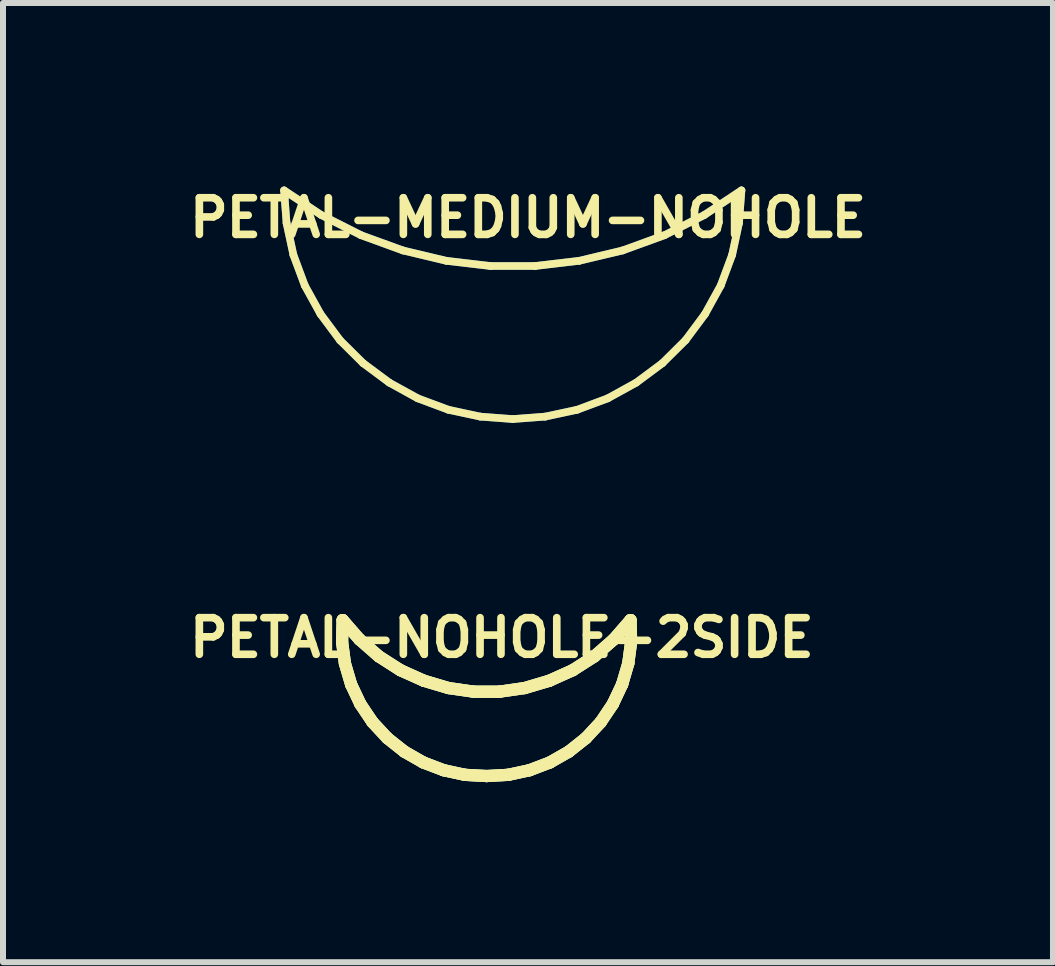
<source format=kicad_pcb>
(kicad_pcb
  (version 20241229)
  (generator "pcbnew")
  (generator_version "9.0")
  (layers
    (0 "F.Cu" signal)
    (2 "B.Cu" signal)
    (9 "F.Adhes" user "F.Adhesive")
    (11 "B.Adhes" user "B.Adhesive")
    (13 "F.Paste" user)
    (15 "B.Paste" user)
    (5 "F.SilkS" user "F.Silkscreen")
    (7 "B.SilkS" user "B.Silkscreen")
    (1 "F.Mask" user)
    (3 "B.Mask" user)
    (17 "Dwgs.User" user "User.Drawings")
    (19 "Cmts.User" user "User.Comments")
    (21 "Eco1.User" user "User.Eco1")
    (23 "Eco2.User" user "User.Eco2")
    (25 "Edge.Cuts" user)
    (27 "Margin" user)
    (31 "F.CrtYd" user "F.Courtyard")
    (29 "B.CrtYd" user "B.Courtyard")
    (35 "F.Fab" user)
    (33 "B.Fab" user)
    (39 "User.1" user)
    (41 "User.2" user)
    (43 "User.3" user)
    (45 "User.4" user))
  (footprint "PETAL-NOHOLE-2SIDE"
    (layer "F.Cu")
    (at 5.057 9.15)
    (property "Reference" "PETAL-NOHOLE-2SIDE" (at 0.254 -1.575 0) (layer "F.SilkS") (effects (font (size 0.61 0.61) (thickness 0.127))))
    (attr exclude_from_pos_files exclude_from_bom)
    (fp_line (start -2.408 -1.506) (end -2.36 -1.146) (stroke (width 0.203) (type solid)) (layer "B.Cu"))
    (fp_line (start -2.398 -1.869) (end -2.408 -1.506) (stroke (width 0.203) (type solid)) (layer "B.Cu"))
    (fp_line (start -2.36 -1.146) (end -2.258 -0.798) (stroke (width 0.203) (type solid)) (layer "B.Cu"))
    (fp_line (start -2.258 -0.798) (end -2.103 -0.47) (stroke (width 0.203) (type solid)) (layer "B.Cu"))
    (fp_line (start -2.118 -1.547) (end -2.398 -1.869) (stroke (width 0.203) (type solid)) (layer "B.Cu"))
    (fp_line (start -2.103 -0.47) (end -1.9 -0.168) (stroke (width 0.203) (type solid)) (layer "B.Cu"))
    (fp_line (start -1.9 -0.168) (end -1.654 0.097) (stroke (width 0.203) (type solid)) (layer "B.Cu"))
    (fp_line (start -1.796 -1.265) (end -2.118 -1.547) (stroke (width 0.203) (type solid)) (layer "B.Cu"))
    (fp_line (start -1.654 0.097) (end -1.369 0.323) (stroke (width 0.203) (type solid)) (layer "B.Cu"))
    (fp_line (start -1.435 -1.034) (end -1.796 -1.265) (stroke (width 0.203) (type solid)) (layer "B.Cu"))
    (fp_line (start -1.369 0.323) (end -1.054 0.503) (stroke (width 0.203) (type solid)) (layer "B.Cu"))
    (fp_line (start -1.054 0.503) (end -0.716 0.632) (stroke (width 0.203) (type solid)) (layer "B.Cu"))
    (fp_line (start -1.046 -0.859) (end -1.435 -1.034) (stroke (width 0.203) (type solid)) (layer "B.Cu"))
    (fp_line (start -0.716 0.632) (end -0.361 0.709) (stroke (width 0.203) (type solid)) (layer "B.Cu"))
    (fp_line (start -0.635 -0.737) (end -1.046 -0.859) (stroke (width 0.203) (type solid)) (layer "B.Cu"))
    (fp_line (start -0.361 0.709) (end 0 0.729) (stroke (width 0.203) (type solid)) (layer "B.Cu"))
    (fp_line (start -0.213 -0.676) (end -0.635 -0.737) (stroke (width 0.203) (type solid)) (layer "B.Cu"))
    (fp_line (start 0 0.729) (end 0.361 0.709) (stroke (width 0.203) (type solid)) (layer "B.Cu"))
    (fp_line (start 0.213 -0.676) (end -0.213 -0.676) (stroke (width 0.203) (type solid)) (layer "B.Cu"))
    (fp_line (start 0.361 0.709) (end 0.716 0.632) (stroke (width 0.203) (type solid)) (layer "B.Cu"))
    (fp_line (start 0.635 -0.737) (end 0.213 -0.676) (stroke (width 0.203) (type solid)) (layer "B.Cu"))
    (fp_line (start 0.716 0.632) (end 1.054 0.503) (stroke (width 0.203) (type solid)) (layer "B.Cu"))
    (fp_line (start 1.046 -0.859) (end 0.635 -0.737) (stroke (width 0.203) (type solid)) (layer "B.Cu"))
    (fp_line (start 1.054 0.503) (end 1.369 0.323) (stroke (width 0.203) (type solid)) (layer "B.Cu"))
    (fp_line (start 1.369 0.323) (end 1.654 0.097) (stroke (width 0.203) (type solid)) (layer "B.Cu"))
    (fp_line (start 1.435 -1.034) (end 1.046 -0.859) (stroke (width 0.203) (type solid)) (layer "B.Cu"))
    (fp_line (start 1.654 0.097) (end 1.9 -0.168) (stroke (width 0.203) (type solid)) (layer "B.Cu"))
    (fp_line (start 1.796 -1.265) (end 1.435 -1.034) (stroke (width 0.203) (type solid)) (layer "B.Cu"))
    (fp_line (start 1.9 -0.168) (end 2.103 -0.47) (stroke (width 0.203) (type solid)) (layer "B.Cu"))
    (fp_line (start 2.103 -0.47) (end 2.258 -0.798) (stroke (width 0.203) (type solid)) (layer "B.Cu"))
    (fp_line (start 2.118 -1.547) (end 1.796 -1.265) (stroke (width 0.203) (type solid)) (layer "B.Cu"))
    (fp_line (start 2.258 -0.798) (end 2.36 -1.146) (stroke (width 0.203) (type solid)) (layer "B.Cu"))
    (fp_line (start 2.36 -1.146) (end 2.408 -1.506) (stroke (width 0.203) (type solid)) (layer "B.Cu"))
    (fp_line (start 2.398 -1.869) (end 2.118 -1.547) (stroke (width 0.203) (type solid)) (layer "B.Cu"))
    (fp_line (start 2.408 -1.506) (end 2.398 -1.869) (stroke (width 0.203) (type solid)) (layer "B.Cu"))
    (fp_line (start -2.408 -1.506) (end -2.398 -1.869) (stroke (width 0.203) (type solid)) (layer "F.SilkS"))
    (fp_line (start -2.408 -1.506) (end -2.36 -1.146) (stroke (width 0.203) (type solid)) (layer "F.SilkS"))
    (fp_line (start -2.398 -1.869) (end -2.408 -1.506) (stroke (width 0.203) (type solid)) (layer "F.SilkS"))
    (fp_line (start -2.398 -1.869) (end -2.118 -1.547) (stroke (width 0.203) (type solid)) (layer "F.SilkS"))
    (fp_line (start -2.36 -1.146) (end -2.408 -1.506) (stroke (width 0.203) (type solid)) (layer "F.SilkS"))
    (fp_line (start -2.36 -1.146) (end -2.258 -0.798) (stroke (width 0.203) (type solid)) (layer "F.SilkS"))
    (fp_line (start -2.258 -0.798) (end -2.36 -1.146) (stroke (width 0.203) (type solid)) (layer "F.SilkS"))
    (fp_line (start -2.258 -0.798) (end -2.103 -0.47) (stroke (width 0.203) (type solid)) (layer "F.SilkS"))
    (fp_line (start -2.118 -1.547) (end -2.398 -1.869) (stroke (width 0.203) (type solid)) (layer "F.SilkS"))
    (fp_line (start -2.118 -1.547) (end -1.796 -1.265) (stroke (width 0.203) (type solid)) (layer "F.SilkS"))
    (fp_line (start -2.103 -0.47) (end -2.258 -0.798) (stroke (width 0.203) (type solid)) (layer "F.SilkS"))
    (fp_line (start -2.103 -0.47) (end -1.9 -0.168) (stroke (width 0.203) (type solid)) (layer "F.SilkS"))
    (fp_line (start -1.9 -0.168) (end -2.103 -0.47) (stroke (width 0.203) (type solid)) (layer "F.SilkS"))
    (fp_line (start -1.9 -0.168) (end -1.654 0.097) (stroke (width 0.203) (type solid)) (layer "F.SilkS"))
    (fp_line (start -1.796 -1.265) (end -2.118 -1.547) (stroke (width 0.203) (type solid)) (layer "F.SilkS"))
    (fp_line (start -1.796 -1.265) (end -1.435 -1.034) (stroke (width 0.203) (type solid)) (layer "F.SilkS"))
    (fp_line (start -1.654 0.097) (end -1.9 -0.168) (stroke (width 0.203) (type solid)) (layer "F.SilkS"))
    (fp_line (start -1.654 0.097) (end -1.369 0.323) (stroke (width 0.203) (type solid)) (layer "F.SilkS"))
    (fp_line (start -1.435 -1.034) (end -1.796 -1.265) (stroke (width 0.203) (type solid)) (layer "F.SilkS"))
    (fp_line (start -1.435 -1.034) (end -1.046 -0.859) (stroke (width 0.203) (type solid)) (layer "F.SilkS"))
    (fp_line (start -1.369 0.323) (end -1.654 0.097) (stroke (width 0.203) (type solid)) (layer "F.SilkS"))
    (fp_line (start -1.369 0.323) (end -1.054 0.503) (stroke (width 0.203) (type solid)) (layer "F.SilkS"))
    (fp_line (start -1.054 0.503) (end -1.369 0.323) (stroke (width 0.203) (type solid)) (layer "F.SilkS"))
    (fp_line (start -1.054 0.503) (end -0.716 0.632) (stroke (width 0.203) (type solid)) (layer "F.SilkS"))
    (fp_line (start -1.046 -0.859) (end -1.435 -1.034) (stroke (width 0.203) (type solid)) (layer "F.SilkS"))
    (fp_line (start -1.046 -0.859) (end -0.635 -0.737) (stroke (width 0.203) (type solid)) (layer "F.SilkS"))
    (fp_line (start -0.716 0.632) (end -1.054 0.503) (stroke (width 0.203) (type solid)) (layer "F.SilkS"))
    (fp_line (start -0.716 0.632) (end -0.361 0.709) (stroke (width 0.203) (type solid)) (layer "F.SilkS"))
    (fp_line (start -0.635 -0.737) (end -1.046 -0.859) (stroke (width 0.203) (type solid)) (layer "F.SilkS"))
    (fp_line (start -0.635 -0.737) (end -0.213 -0.676) (stroke (width 0.203) (type solid)) (layer "F.SilkS"))
    (fp_line (start -0.361 0.709) (end -0.716 0.632) (stroke (width 0.203) (type solid)) (layer "F.SilkS"))
    (fp_line (start -0.361 0.709) (end 0 0.729) (stroke (width 0.203) (type solid)) (layer "F.SilkS"))
    (fp_line (start -0.213 -0.676) (end -0.635 -0.737) (stroke (width 0.203) (type solid)) (layer "F.SilkS"))
    (fp_line (start -0.213 -0.676) (end 0.213 -0.676) (stroke (width 0.203) (type solid)) (layer "F.SilkS"))
    (fp_line (start 0 0.729) (end -0.361 0.709) (stroke (width 0.203) (type solid)) (layer "F.SilkS"))
    (fp_line (start 0 0.729) (end 0.361 0.709) (stroke (width 0.203) (type solid)) (layer "F.SilkS"))
    (fp_line (start 0.213 -0.676) (end -0.213 -0.676) (stroke (width 0.203) (type solid)) (layer "F.SilkS"))
    (fp_line (start 0.213 -0.676) (end 0.635 -0.737) (stroke (width 0.203) (type solid)) (layer "F.SilkS"))
    (fp_line (start 0.361 0.709) (end 0 0.729) (stroke (width 0.203) (type solid)) (layer "F.SilkS"))
    (fp_line (start 0.361 0.709) (end 0.716 0.632) (stroke (width 0.203) (type solid)) (layer "F.SilkS"))
    (fp_line (start 0.635 -0.737) (end 0.213 -0.676) (stroke (width 0.203) (type solid)) (layer "F.SilkS"))
    (fp_line (start 0.635 -0.737) (end 1.046 -0.859) (stroke (width 0.203) (type solid)) (layer "F.SilkS"))
    (fp_line (start 0.716 0.632) (end 0.361 0.709) (stroke (width 0.203) (type solid)) (layer "F.SilkS"))
    (fp_line (start 0.716 0.632) (end 1.054 0.503) (stroke (width 0.203) (type solid)) (layer "F.SilkS"))
    (fp_line (start 1.046 -0.859) (end 0.635 -0.737) (stroke (width 0.203) (type solid)) (layer "F.SilkS"))
    (fp_line (start 1.046 -0.859) (end 1.435 -1.034) (stroke (width 0.203) (type solid)) (layer "F.SilkS"))
    (fp_line (start 1.054 0.503) (end 0.716 0.632) (stroke (width 0.203) (type solid)) (layer "F.SilkS"))
    (fp_line (start 1.054 0.503) (end 1.369 0.323) (stroke (width 0.203) (type solid)) (layer "F.SilkS"))
    (fp_line (start 1.369 0.323) (end 1.054 0.503) (stroke (width 0.203) (type solid)) (layer "F.SilkS"))
    (fp_line (start 1.369 0.323) (end 1.654 0.097) (stroke (width 0.203) (type solid)) (layer "F.SilkS"))
    (fp_line (start 1.435 -1.034) (end 1.046 -0.859) (stroke (width 0.203) (type solid)) (layer "F.SilkS"))
    (fp_line (start 1.435 -1.034) (end 1.796 -1.265) (stroke (width 0.203) (type solid)) (layer "F.SilkS"))
    (fp_line (start 1.654 0.097) (end 1.369 0.323) (stroke (width 0.203) (type solid)) (layer "F.SilkS"))
    (fp_line (start 1.654 0.097) (end 1.9 -0.168) (stroke (width 0.203) (type solid)) (layer "F.SilkS"))
    (fp_line (start 1.796 -1.265) (end 1.435 -1.034) (stroke (width 0.203) (type solid)) (layer "F.SilkS"))
    (fp_line (start 1.796 -1.265) (end 2.118 -1.547) (stroke (width 0.203) (type solid)) (layer "F.SilkS"))
    (fp_line (start 1.9 -0.168) (end 1.654 0.097) (stroke (width 0.203) (type solid)) (layer "F.SilkS"))
    (fp_line (start 1.9 -0.168) (end 2.103 -0.47) (stroke (width 0.203) (type solid)) (layer "F.SilkS"))
    (fp_line (start 2.103 -0.47) (end 1.9 -0.168) (stroke (width 0.203) (type solid)) (layer "F.SilkS"))
    (fp_line (start 2.103 -0.47) (end 2.258 -0.798) (stroke (width 0.203) (type solid)) (layer "F.SilkS"))
    (fp_line (start 2.118 -1.547) (end 1.796 -1.265) (stroke (width 0.203) (type solid)) (layer "F.SilkS"))
    (fp_line (start 2.118 -1.547) (end 2.398 -1.869) (stroke (width 0.203) (type solid)) (layer "F.SilkS"))
    (fp_line (start 2.258 -0.798) (end 2.103 -0.47) (stroke (width 0.203) (type solid)) (layer "F.SilkS"))
    (fp_line (start 2.258 -0.798) (end 2.36 -1.146) (stroke (width 0.203) (type solid)) (layer "F.SilkS"))
    (fp_line (start 2.36 -1.146) (end 2.258 -0.798) (stroke (width 0.203) (type solid)) (layer "F.SilkS"))
    (fp_line (start 2.36 -1.146) (end 2.408 -1.506) (stroke (width 0.203) (type solid)) (layer "F.SilkS"))
    (fp_line (start 2.398 -1.869) (end 2.118 -1.547) (stroke (width 0.203) (type solid)) (layer "F.SilkS"))
    (fp_line (start 2.398 -1.869) (end 2.408 -1.506) (stroke (width 0.203) (type solid)) (layer "F.SilkS"))
    (fp_line (start 2.408 -1.506) (end 2.36 -1.146) (stroke (width 0.203) (type solid)) (layer "F.SilkS"))
    (fp_line (start 2.408 -1.506) (end 2.398 -1.869) (stroke (width 0.203) (type solid)) (layer "F.SilkS"))
    (fp_line (start -2.408 -1.506) (end -2.398 -1.869) (stroke (width 0.203) (type solid)) (layer "B.Adhes"))
    (fp_line (start -2.398 -1.869) (end -2.118 -1.547) (stroke (width 0.203) (type solid)) (layer "B.Adhes"))
    (fp_line (start -2.36 -1.146) (end -2.408 -1.506) (stroke (width 0.203) (type solid)) (layer "B.Adhes"))
    (fp_line (start -2.258 -0.798) (end -2.36 -1.146) (stroke (width 0.203) (type solid)) (layer "B.Adhes"))
    (fp_line (start -2.118 -1.547) (end -1.796 -1.265) (stroke (width 0.203) (type solid)) (layer "B.Adhes"))
    (fp_line (start -2.103 -0.47) (end -2.258 -0.798) (stroke (width 0.203) (type solid)) (layer "B.Adhes"))
    (fp_line (start -1.9 -0.168) (end -2.103 -0.47) (stroke (width 0.203) (type solid)) (layer "B.Adhes"))
    (fp_line (start -1.796 -1.265) (end -1.435 -1.034) (stroke (width 0.203) (type solid)) (layer "B.Adhes"))
    (fp_line (start -1.654 0.097) (end -1.9 -0.168) (stroke (width 0.203) (type solid)) (layer "B.Adhes"))
    (fp_line (start -1.435 -1.034) (end -1.046 -0.859) (stroke (width 0.203) (type solid)) (layer "B.Adhes"))
    (fp_line (start -1.369 0.323) (end -1.654 0.097) (stroke (width 0.203) (type solid)) (layer "B.Adhes"))
    (fp_line (start -1.054 0.503) (end -1.369 0.323) (stroke (width 0.203) (type solid)) (layer "B.Adhes"))
    (fp_line (start -1.046 -0.859) (end -0.635 -0.737) (stroke (width 0.203) (type solid)) (layer "B.Adhes"))
    (fp_line (start -0.716 0.632) (end -1.054 0.503) (stroke (width 0.203) (type solid)) (layer "B.Adhes"))
    (fp_line (start -0.635 -0.737) (end -0.213 -0.676) (stroke (width 0.203) (type solid)) (layer "B.Adhes"))
    (fp_line (start -0.361 0.709) (end -0.716 0.632) (stroke (width 0.203) (type solid)) (layer "B.Adhes"))
    (fp_line (start -0.213 -0.676) (end 0.213 -0.676) (stroke (width 0.203) (type solid)) (layer "B.Adhes"))
    (fp_line (start 0 0.729) (end -0.361 0.709) (stroke (width 0.203) (type solid)) (layer "B.Adhes"))
    (fp_line (start 0.213 -0.676) (end 0.635 -0.737) (stroke (width 0.203) (type solid)) (layer "B.Adhes"))
    (fp_line (start 0.361 0.709) (end 0 0.729) (stroke (width 0.203) (type solid)) (layer "B.Adhes"))
    (fp_line (start 0.635 -0.737) (end 1.046 -0.859) (stroke (width 0.203) (type solid)) (layer "B.Adhes"))
    (fp_line (start 0.716 0.632) (end 0.361 0.709) (stroke (width 0.203) (type solid)) (layer "B.Adhes"))
    (fp_line (start 1.046 -0.859) (end 1.435 -1.034) (stroke (width 0.203) (type solid)) (layer "B.Adhes"))
    (fp_line (start 1.054 0.503) (end 0.716 0.632) (stroke (width 0.203) (type solid)) (layer "B.Adhes"))
    (fp_line (start 1.369 0.323) (end 1.054 0.503) (stroke (width 0.203) (type solid)) (layer "B.Adhes"))
    (fp_line (start 1.435 -1.034) (end 1.796 -1.265) (stroke (width 0.203) (type solid)) (layer "B.Adhes"))
    (fp_line (start 1.654 0.097) (end 1.369 0.323) (stroke (width 0.203) (type solid)) (layer "B.Adhes"))
    (fp_line (start 1.796 -1.265) (end 2.118 -1.547) (stroke (width 0.203) (type solid)) (layer "B.Adhes"))
    (fp_line (start 1.9 -0.168) (end 1.654 0.097) (stroke (width 0.203) (type solid)) (layer "B.Adhes"))
    (fp_line (start 2.103 -0.47) (end 1.9 -0.168) (stroke (width 0.203) (type solid)) (layer "B.Adhes"))
    (fp_line (start 2.118 -1.547) (end 2.398 -1.869) (stroke (width 0.203) (type solid)) (layer "B.Adhes"))
    (fp_line (start 2.258 -0.798) (end 2.103 -0.47) (stroke (width 0.203) (type solid)) (layer "B.Adhes"))
    (fp_line (start 2.36 -1.146) (end 2.258 -0.798) (stroke (width 0.203) (type solid)) (layer "B.Adhes"))
    (fp_line (start 2.398 -1.869) (end 2.408 -1.506) (stroke (width 0.203) (type solid)) (layer "B.Adhes"))
    (fp_line (start 2.408 -1.506) (end 2.36 -1.146) (stroke (width 0.203) (type solid)) (layer "B.Adhes")))
  (footprint "PETAL-MEDIUM-NOHOLE"
    (layer "F.Cu")
    (at 5.493 2.662)
    (property "Reference" "PETAL-MEDIUM-NOHOLE" (at 0.254 -2.083 0) (layer "F.SilkS") (effects (font (size 0.61 0.61) (thickness 0.127))))
    (attr exclude_from_pos_files exclude_from_bom)
    (fp_line (start -3.81 -2.54) (end -3.769 -1.996) (stroke (width 0.127) (type solid)) (layer "B.Cu"))
    (fp_line (start -3.769 -1.996) (end -3.655 -1.466) (stroke (width 0.127) (type solid)) (layer "B.Cu"))
    (fp_line (start -3.655 -1.466) (end -3.465 -0.955) (stroke (width 0.127) (type solid)) (layer "B.Cu"))
    (fp_line (start -3.465 -0.955) (end -3.203 -0.48) (stroke (width 0.127) (type solid)) (layer "B.Cu"))
    (fp_line (start -3.203 -0.48) (end -2.878 -0.043) (stroke (width 0.127) (type solid)) (layer "B.Cu"))
    (fp_line (start -3.19 -2.129) (end -3.81 -2.54) (stroke (width 0.127) (type solid)) (layer "B.Cu"))
    (fp_line (start -2.878 -0.043) (end -2.494 0.338) (stroke (width 0.127) (type solid)) (layer "B.Cu"))
    (fp_line (start -2.527 -1.793) (end -3.19 -2.129) (stroke (width 0.127) (type solid)) (layer "B.Cu"))
    (fp_line (start -2.494 0.338) (end -2.057 0.663) (stroke (width 0.127) (type solid)) (layer "B.Cu"))
    (fp_line (start -2.057 0.663) (end -1.582 0.925) (stroke (width 0.127) (type solid)) (layer "B.Cu"))
    (fp_line (start -1.829 -1.539) (end -2.527 -1.793) (stroke (width 0.127) (type solid)) (layer "B.Cu"))
    (fp_line (start -1.582 0.925) (end -1.072 1.115) (stroke (width 0.127) (type solid)) (layer "B.Cu"))
    (fp_line (start -1.107 -1.367) (end -1.829 -1.539) (stroke (width 0.127) (type solid)) (layer "B.Cu"))
    (fp_line (start -1.072 1.115) (end -0.541 1.229) (stroke (width 0.127) (type solid)) (layer "B.Cu"))
    (fp_line (start -0.541 1.229) (end 0 1.27) (stroke (width 0.127) (type solid)) (layer "B.Cu"))
    (fp_line (start -0.371 -1.28) (end -1.107 -1.367) (stroke (width 0.127) (type solid)) (layer "B.Cu"))
    (fp_line (start 0 1.27) (end 0.541 1.229) (stroke (width 0.127) (type solid)) (layer "B.Cu"))
    (fp_line (start 0.371 -1.28) (end -0.371 -1.28) (stroke (width 0.127) (type solid)) (layer "B.Cu"))
    (fp_line (start 0.541 1.229) (end 1.072 1.115) (stroke (width 0.127) (type solid)) (layer "B.Cu"))
    (fp_line (start 1.072 1.115) (end 1.582 0.925) (stroke (width 0.127) (type solid)) (layer "B.Cu"))
    (fp_line (start 1.107 -1.367) (end 0.371 -1.28) (stroke (width 0.127) (type solid)) (layer "B.Cu"))
    (fp_line (start 1.582 0.925) (end 2.057 0.663) (stroke (width 0.127) (type solid)) (layer "B.Cu"))
    (fp_line (start 1.829 -1.539) (end 1.107 -1.367) (stroke (width 0.127) (type solid)) (layer "B.Cu"))
    (fp_line (start 2.057 0.663) (end 2.494 0.338) (stroke (width 0.127) (type solid)) (layer "B.Cu"))
    (fp_line (start 2.494 0.338) (end 2.878 -0.043) (stroke (width 0.127) (type solid)) (layer "B.Cu"))
    (fp_line (start 2.527 -1.793) (end 1.829 -1.539) (stroke (width 0.127) (type solid)) (layer "B.Cu"))
    (fp_line (start 2.878 -0.043) (end 3.203 -0.48) (stroke (width 0.127) (type solid)) (layer "B.Cu"))
    (fp_line (start 3.19 -2.129) (end 2.527 -1.793) (stroke (width 0.127) (type solid)) (layer "B.Cu"))
    (fp_line (start 3.203 -0.48) (end 3.465 -0.955) (stroke (width 0.127) (type solid)) (layer "B.Cu"))
    (fp_line (start 3.465 -0.955) (end 3.655 -1.466) (stroke (width 0.127) (type solid)) (layer "B.Cu"))
    (fp_line (start 3.655 -1.466) (end 3.769 -1.996) (stroke (width 0.127) (type solid)) (layer "B.Cu"))
    (fp_line (start 3.769 -1.996) (end 3.81 -2.54) (stroke (width 0.127) (type solid)) (layer "B.Cu"))
    (fp_line (start 3.81 -2.54) (end 3.19 -2.129) (stroke (width 0.127) (type solid)) (layer "B.Cu"))
    (fp_line (start -3.81 -2.54) (end -3.769 -1.996) (stroke (width 0.127) (type solid)) (layer "F.SilkS"))
    (fp_line (start -3.769 -1.996) (end -3.655 -1.466) (stroke (width 0.127) (type solid)) (layer "F.SilkS"))
    (fp_line (start -3.655 -1.466) (end -3.465 -0.955) (stroke (width 0.127) (type solid)) (layer "F.SilkS"))
    (fp_line (start -3.465 -0.955) (end -3.203 -0.48) (stroke (width 0.127) (type solid)) (layer "F.SilkS"))
    (fp_line (start -3.203 -0.48) (end -2.878 -0.043) (stroke (width 0.127) (type solid)) (layer "F.SilkS"))
    (fp_line (start -3.19 -2.129) (end -3.81 -2.54) (stroke (width 0.127) (type solid)) (layer "F.SilkS"))
    (fp_line (start -2.878 -0.043) (end -2.494 0.338) (stroke (width 0.127) (type solid)) (layer "F.SilkS"))
    (fp_line (start -2.527 -1.793) (end -3.19 -2.129) (stroke (width 0.127) (type solid)) (layer "F.SilkS"))
    (fp_line (start -2.494 0.338) (end -2.057 0.663) (stroke (width 0.127) (type solid)) (layer "F.SilkS"))
    (fp_line (start -2.057 0.663) (end -1.582 0.925) (stroke (width 0.127) (type solid)) (layer "F.SilkS"))
    (fp_line (start -1.829 -1.539) (end -2.527 -1.793) (stroke (width 0.127) (type solid)) (layer "F.SilkS"))
    (fp_line (start -1.582 0.925) (end -1.072 1.115) (stroke (width 0.127) (type solid)) (layer "F.SilkS"))
    (fp_line (start -1.107 -1.367) (end -1.829 -1.539) (stroke (width 0.127) (type solid)) (layer "F.SilkS"))
    (fp_line (start -1.072 1.115) (end -0.541 1.229) (stroke (width 0.127) (type solid)) (layer "F.SilkS"))
    (fp_line (start -0.541 1.229) (end 0 1.27) (stroke (width 0.127) (type solid)) (layer "F.SilkS"))
    (fp_line (start -0.371 -1.28) (end -1.107 -1.367) (stroke (width 0.127) (type solid)) (layer "F.SilkS"))
    (fp_line (start 0 1.27) (end 0.541 1.229) (stroke (width 0.127) (type solid)) (layer "F.SilkS"))
    (fp_line (start 0.371 -1.28) (end -0.371 -1.28) (stroke (width 0.127) (type solid)) (layer "F.SilkS"))
    (fp_line (start 0.541 1.229) (end 1.072 1.115) (stroke (width 0.127) (type solid)) (layer "F.SilkS"))
    (fp_line (start 1.072 1.115) (end 1.582 0.925) (stroke (width 0.127) (type solid)) (layer "F.SilkS"))
    (fp_line (start 1.107 -1.367) (end 0.371 -1.28) (stroke (width 0.127) (type solid)) (layer "F.SilkS"))
    (fp_line (start 1.582 0.925) (end 2.057 0.663) (stroke (width 0.127) (type solid)) (layer "F.SilkS"))
    (fp_line (start 1.829 -1.539) (end 1.107 -1.367) (stroke (width 0.127) (type solid)) (layer "F.SilkS"))
    (fp_line (start 2.057 0.663) (end 2.494 0.338) (stroke (width 0.127) (type solid)) (layer "F.SilkS"))
    (fp_line (start 2.494 0.338) (end 2.878 -0.043) (stroke (width 0.127) (type solid)) (layer "F.SilkS"))
    (fp_line (start 2.527 -1.793) (end 1.829 -1.539) (stroke (width 0.127) (type solid)) (layer "F.SilkS"))
    (fp_line (start 2.878 -0.043) (end 3.203 -0.48) (stroke (width 0.127) (type solid)) (layer "F.SilkS"))
    (fp_line (start 3.19 -2.129) (end 2.527 -1.793) (stroke (width 0.127) (type solid)) (layer "F.SilkS"))
    (fp_line (start 3.203 -0.48) (end 3.465 -0.955) (stroke (width 0.127) (type solid)) (layer "F.SilkS"))
    (fp_line (start 3.465 -0.955) (end 3.655 -1.466) (stroke (width 0.127) (type solid)) (layer "F.SilkS"))
    (fp_line (start 3.655 -1.466) (end 3.769 -1.996) (stroke (width 0.127) (type solid)) (layer "F.SilkS"))
    (fp_line (start 3.769 -1.996) (end 3.81 -2.54) (stroke (width 0.127) (type solid)) (layer "F.SilkS"))
    (fp_line (start 3.81 -2.54) (end 3.19 -2.129) (stroke (width 0.127) (type solid)) (layer "F.SilkS")))
  (gr_rect
    (start -3 -3)
    (end 14.493 12.981)
    (stroke (width 0.1) (type default))
    (fill no)
    (layer "Edge.Cuts")))
</source>
